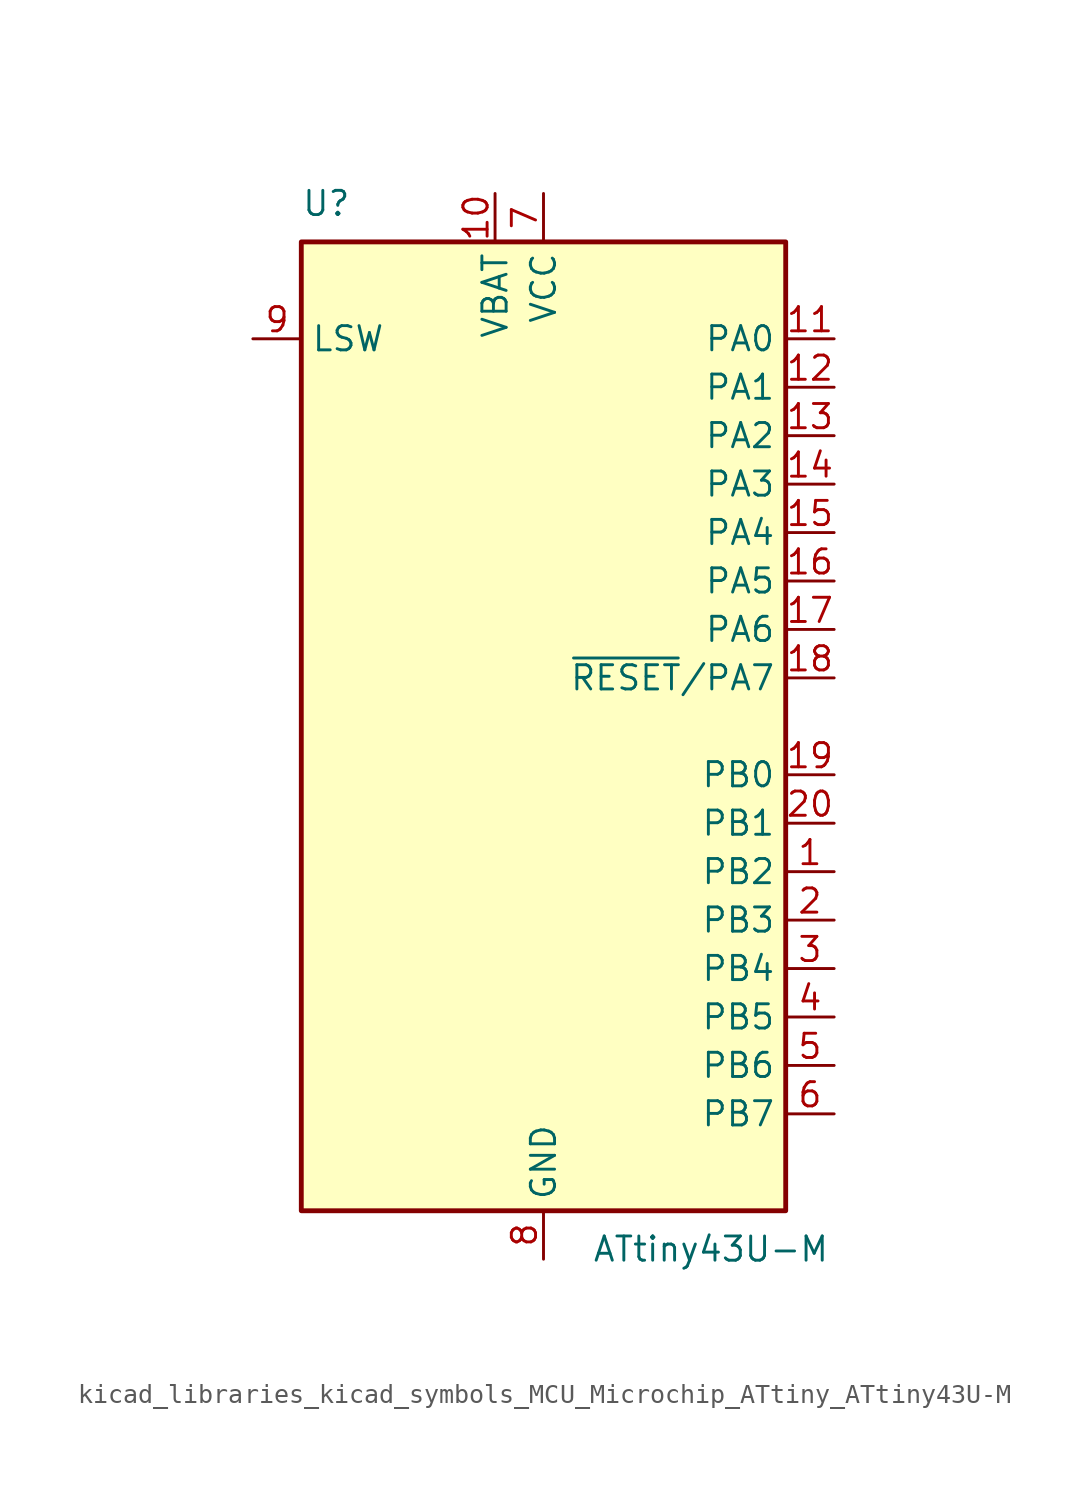
<source format=kicad_sym>
(kicad_symbol_lib
  (version 20220914)
  (generator kicad_symbol_editor)
  (symbol "kicad_libraries_kicad_symbols_MCU_Microchip_ATtiny_ATtiny43U-M"
    (property "Reference" "U"
      (at -12.7 26.67 0)
      (effects (font (size 1.27 1.27)) (justify left bottom)))
    (property "Value" "ATtiny43U-M"
      (at 2.54 -26.67 0)
      (effects (font (size 1.27 1.27)) (justify left top)))
    (symbol "kicad_libraries_kicad_symbols_MCU_Microchip_ATtiny_ATtiny43U-M_0_1"
      (rectangle (start -12.7 -25.4) (end 12.7 25.4) (stroke (width 0.254) (type default)) (fill (type background))))
    (symbol "kicad_libraries_kicad_symbols_MCU_Microchip_ATtiny_ATtiny43U-M_1_1"
      (pin bidirectional line (at 15.24 -7.62 180) (length 2.54) (name "PB2" (effects (font (size 1.27 1.27)))) (number "1" (effects (font (size 1.27 1.27)))))
      (pin power_in line (at -2.54 27.94 270) (length 2.54) (name "VBAT" (effects (font (size 1.27 1.27)))) (number "10" (effects (font (size 1.27 1.27)))))
      (pin bidirectional line (at 15.24 20.32 180) (length 2.54) (name "PA0" (effects (font (size 1.27 1.27)))) (number "11" (effects (font (size 1.27 1.27)))))
      (pin bidirectional line (at 15.24 17.78 180) (length 2.54) (name "PA1" (effects (font (size 1.27 1.27)))) (number "12" (effects (font (size 1.27 1.27)))))
      (pin bidirectional line (at 15.24 15.24 180) (length 2.54) (name "PA2" (effects (font (size 1.27 1.27)))) (number "13" (effects (font (size 1.27 1.27)))))
      (pin bidirectional line (at 15.24 12.7 180) (length 2.54) (name "PA3" (effects (font (size 1.27 1.27)))) (number "14" (effects (font (size 1.27 1.27)))))
      (pin bidirectional line (at 15.24 10.16 180) (length 2.54) (name "PA4" (effects (font (size 1.27 1.27)))) (number "15" (effects (font (size 1.27 1.27)))))
      (pin bidirectional line (at 15.24 7.62 180) (length 2.54) (name "PA5" (effects (font (size 1.27 1.27)))) (number "16" (effects (font (size 1.27 1.27)))))
      (pin bidirectional line (at 15.24 5.08 180) (length 2.54) (name "PA6" (effects (font (size 1.27 1.27)))) (number "17" (effects (font (size 1.27 1.27)))))
      (pin bidirectional line (at 15.24 2.54 180) (length 2.54) (name "~{RESET}/PA7" (effects (font (size 1.27 1.27)))) (number "18" (effects (font (size 1.27 1.27)))))
      (pin bidirectional line (at 15.24 -2.54 180) (length 2.54) (name "PB0" (effects (font (size 1.27 1.27)))) (number "19" (effects (font (size 1.27 1.27)))))
      (pin bidirectional line (at 15.24 -10.16 180) (length 2.54) (name "PB3" (effects (font (size 1.27 1.27)))) (number "2" (effects (font (size 1.27 1.27)))))
      (pin bidirectional line (at 15.24 -5.08 180) (length 2.54) (name "PB1" (effects (font (size 1.27 1.27)))) (number "20" (effects (font (size 1.27 1.27)))))
      (pin passive line (at 0 -27.94 90) (length 2.54) hide (name "GND" (effects (font (size 1.27 1.27)))) (number "21" (effects (font (size 1.27 1.27)))))
      (pin bidirectional line (at 15.24 -12.7 180) (length 2.54) (name "PB4" (effects (font (size 1.27 1.27)))) (number "3" (effects (font (size 1.27 1.27)))))
      (pin bidirectional line (at 15.24 -15.24 180) (length 2.54) (name "PB5" (effects (font (size 1.27 1.27)))) (number "4" (effects (font (size 1.27 1.27)))))
      (pin bidirectional line (at 15.24 -17.78 180) (length 2.54) (name "PB6" (effects (font (size 1.27 1.27)))) (number "5" (effects (font (size 1.27 1.27)))))
      (pin bidirectional line (at 15.24 -20.32 180) (length 2.54) (name "PB7" (effects (font (size 1.27 1.27)))) (number "6" (effects (font (size 1.27 1.27)))))
      (pin power_in line (at 0 27.94 270) (length 2.54) (name "VCC" (effects (font (size 1.27 1.27)))) (number "7" (effects (font (size 1.27 1.27)))))
      (pin power_in line (at 0 -27.94 90) (length 2.54) (name "GND" (effects (font (size 1.27 1.27)))) (number "8" (effects (font (size 1.27 1.27)))))
      (pin passive line (at -15.24 20.32 0) (length 2.54) (name "LSW" (effects (font (size 1.27 1.27)))) (number "9" (effects (font (size 1.27 1.27))))))))
</source>
